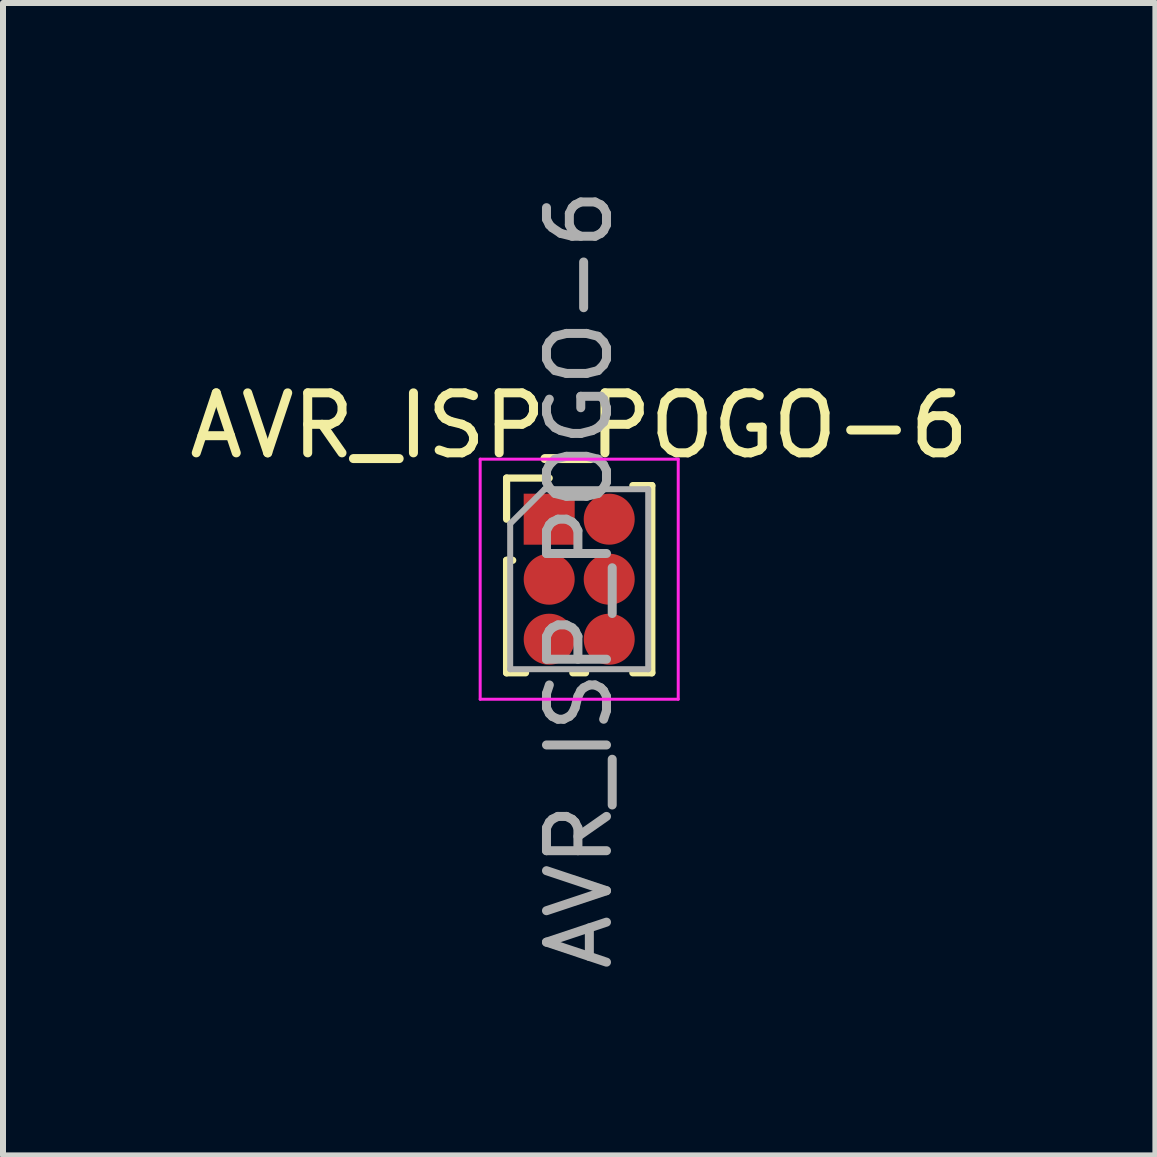
<source format=kicad_pcb>
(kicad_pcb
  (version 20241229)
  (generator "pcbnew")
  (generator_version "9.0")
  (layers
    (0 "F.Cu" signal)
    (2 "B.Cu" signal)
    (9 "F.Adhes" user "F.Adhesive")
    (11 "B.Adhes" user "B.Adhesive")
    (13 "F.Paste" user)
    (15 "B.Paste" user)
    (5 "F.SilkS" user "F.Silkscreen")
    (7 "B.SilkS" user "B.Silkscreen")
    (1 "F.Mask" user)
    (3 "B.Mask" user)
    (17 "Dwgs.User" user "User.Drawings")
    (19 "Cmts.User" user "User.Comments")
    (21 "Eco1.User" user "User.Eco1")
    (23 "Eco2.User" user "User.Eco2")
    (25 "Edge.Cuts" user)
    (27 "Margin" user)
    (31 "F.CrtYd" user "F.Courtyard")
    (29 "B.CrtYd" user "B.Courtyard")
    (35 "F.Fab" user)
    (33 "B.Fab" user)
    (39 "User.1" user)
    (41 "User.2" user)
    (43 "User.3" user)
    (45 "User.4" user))
  (footprint "AVR_ISP_POGO-6"
    (layer "F.Cu")
    (at 6.101 5.601)
    (property "Reference" "AVR_ISP_POGO-6" (at 0.5 -1.56 0) (layer "F.SilkS") (effects (font (size 1 1) (thickness 0.15))))
    (attr smd)
    (fp_line (start -0.71 -0.685) (end 0 -0.685) (stroke (width 0.12) (type solid)) (layer "F.SilkS"))
    (fp_line (start -0.71 0) (end -0.71 -0.685) (stroke (width 0.12) (type solid)) (layer "F.SilkS"))
    (fp_line (start -0.71 0.685) (end -0.71 2.56) (stroke (width 0.12) (type solid)) (layer "F.SilkS"))
    (fp_line (start -0.71 0.685) (end -0.608 0.685) (stroke (width 0.12) (type solid)) (layer "F.SilkS"))
    (fp_line (start -0.71 2.56) (end -0.394 2.56) (stroke (width 0.12) (type solid)) (layer "F.SilkS"))
    (fp_line (start 0.394 2.56) (end 0.606 2.56) (stroke (width 0.12) (type solid)) (layer "F.SilkS"))
    (fp_line (start 1.394 -0.56) (end 1.71 -0.56) (stroke (width 0.12) (type solid)) (layer "F.SilkS"))
    (fp_line (start 1.394 2.56) (end 1.71 2.56) (stroke (width 0.12) (type solid)) (layer "F.SilkS"))
    (fp_line (start 1.71 -0.56) (end 1.71 2.56) (stroke (width 0.12) (type solid)) (layer "F.SilkS"))
    (fp_line (start -1.15 -1) (end -1.15 3) (stroke (width 0.05) (type solid)) (layer "F.CrtYd"))
    (fp_line (start -1.15 3) (end 2.15 3) (stroke (width 0.05) (type solid)) (layer "F.CrtYd"))
    (fp_line (start 2.15 -1) (end -1.15 -1) (stroke (width 0.05) (type solid)) (layer "F.CrtYd"))
    (fp_line (start 2.15 3) (end 2.15 -1) (stroke (width 0.05) (type solid)) (layer "F.CrtYd"))
    (fp_line (start -0.65 0.075) (end -0.075 -0.5) (stroke (width 0.1) (type solid)) (layer "F.Fab"))
    (fp_line (start -0.65 2.5) (end -0.65 0.075) (stroke (width 0.1) (type solid)) (layer "F.Fab"))
    (fp_line (start -0.075 -0.5) (end 1.65 -0.5) (stroke (width 0.1) (type solid)) (layer "F.Fab"))
    (fp_line (start 1.65 -0.5) (end 1.65 2.5) (stroke (width 0.1) (type solid)) (layer "F.Fab"))
    (fp_line (start 1.65 2.5) (end -0.65 2.5) (stroke (width 0.1) (type solid)) (layer "F.Fab"))
    (fp_text user "${REFERENCE}" (at 0.5 1 90) (layer "F.Fab") (effects (font (size 1 1) (thickness 0.15))))
    (pad "1" smd rect (at 0 0) (size 0.85 0.85) (layers "F.Cu" "F.Mask" "F.Paste"))
    (pad "2" smd oval (at 1 0) (size 0.85 0.85) (layers "F.Cu" "F.Mask" "F.Paste"))
    (pad "3" smd oval (at 0 1) (size 0.85 0.85) (layers "F.Cu" "F.Mask" "F.Paste"))
    (pad "4" smd oval (at 1 1) (size 0.85 0.85) (layers "F.Cu" "F.Mask" "F.Paste"))
    (pad "5" smd oval (at 0 2) (size 0.85 0.85) (layers "F.Cu" "F.Mask" "F.Paste"))
    (pad "6" smd oval (at 1 2) (size 0.85 0.85) (layers "F.Cu" "F.Mask" "F.Paste")))
  (gr_rect
    (start -3 -3)
    (end 16.202 16.202)
    (stroke (width 0.1) (type default))
    (fill no)
    (layer "Edge.Cuts")))
</source>
